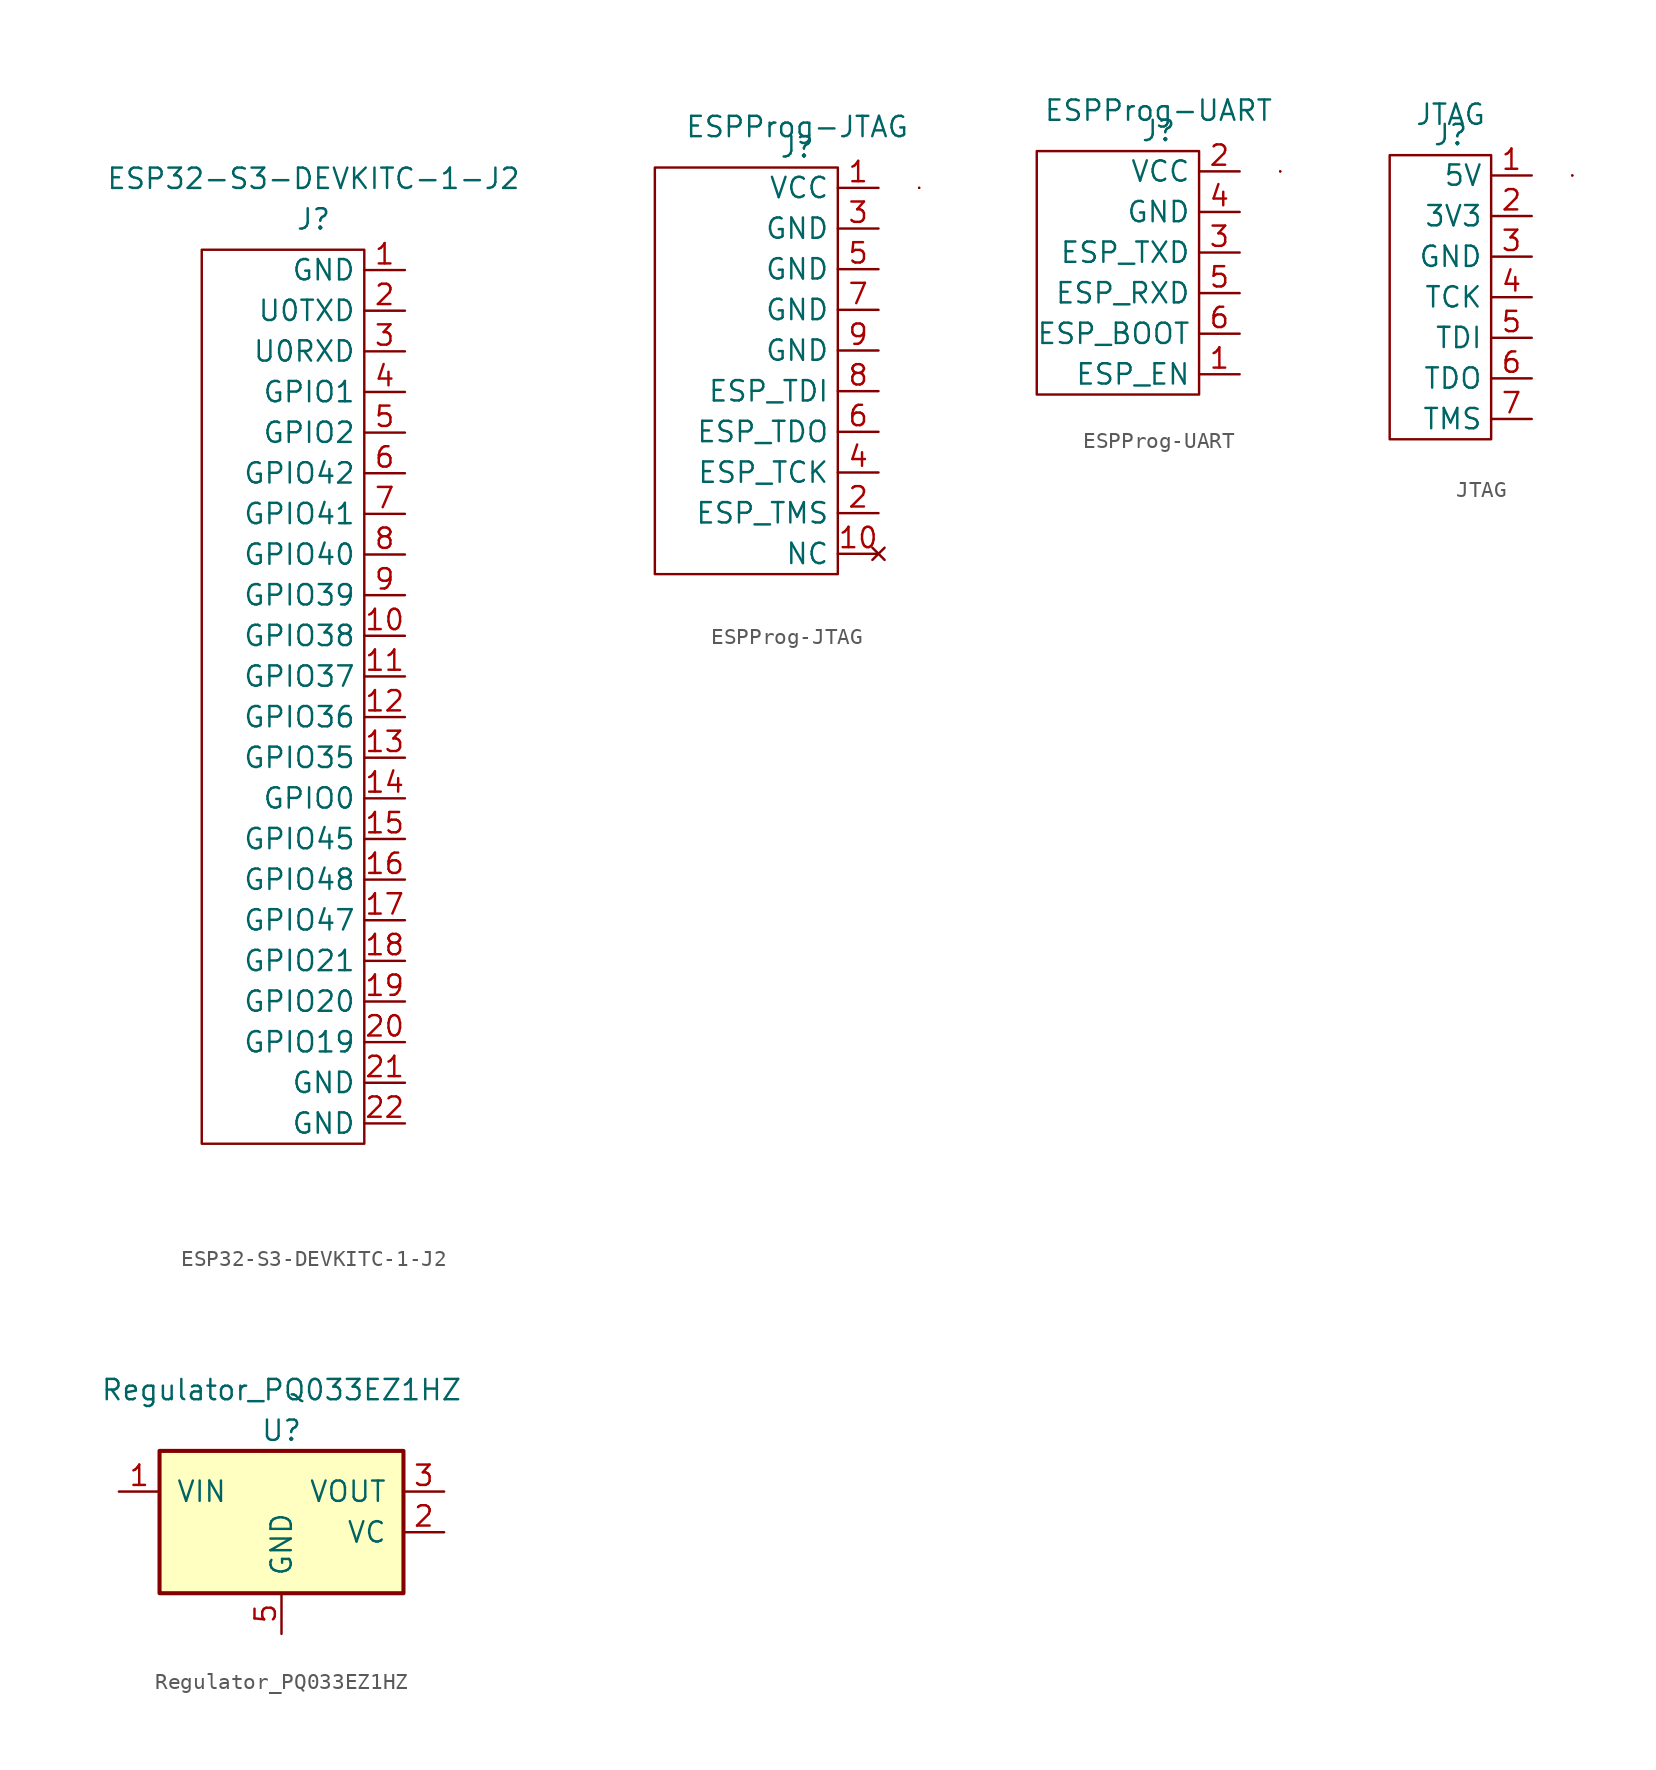
<source format=kicad_sym>
(kicad_symbol_lib
  (version 20211014)
  (generator kicad_symbol_editor)
  (symbol "ESP32-S3-DEVKITC-1-J2"
    (property "Reference" "J"
      (at 1.905 1.905 0)
      (effects (font (size 1.27 1.27))))
    (property "Value" "ESP32-S3-DEVKITC-1-J2"
      (at 1.905 4.445 0)
      (effects (font (size 1.27 1.27))))
    (symbol "ESP32-S3-DEVKITC-1-J2_0_1"
      (rectangle (start -5.08 0) (end 5.08 -55.88) (stroke (width 0.152) (type default) (color 0 0 0 0)) (fill (type none))))
    (symbol "ESP32-S3-DEVKITC-1-J2_1_1"
      (pin power_out line (at 7.62 -1.27 180) (length 2.54) (name "GND" (effects (font (size 1.27 1.27)))) (number "1" (effects (font (size 1.27 1.27)))))
      (pin bidirectional line (at 7.62 -24.13 180) (length 2.54) (name "GPIO38" (effects (font (size 1.27 1.27)))) (number "10" (effects (font (size 1.27 1.27)))))
      (pin bidirectional line (at 7.62 -26.67 180) (length 2.54) (name "GPIO37" (effects (font (size 1.27 1.27)))) (number "11" (effects (font (size 1.27 1.27)))))
      (pin bidirectional line (at 7.62 -29.21 180) (length 2.54) (name "GPIO36" (effects (font (size 1.27 1.27)))) (number "12" (effects (font (size 1.27 1.27)))))
      (pin bidirectional line (at 7.62 -31.75 180) (length 2.54) (name "GPIO35" (effects (font (size 1.27 1.27)))) (number "13" (effects (font (size 1.27 1.27)))))
      (pin bidirectional line (at 7.62 -34.29 180) (length 2.54) (name "GPIO0" (effects (font (size 1.27 1.27)))) (number "14" (effects (font (size 1.27 1.27)))))
      (pin bidirectional line (at 7.62 -36.83 180) (length 2.54) (name "GPIO45" (effects (font (size 1.27 1.27)))) (number "15" (effects (font (size 1.27 1.27)))))
      (pin bidirectional line (at 7.62 -39.37 180) (length 2.54) (name "GPIO48" (effects (font (size 1.27 1.27)))) (number "16" (effects (font (size 1.27 1.27)))))
      (pin bidirectional line (at 7.62 -41.91 180) (length 2.54) (name "GPIO47" (effects (font (size 1.27 1.27)))) (number "17" (effects (font (size 1.27 1.27)))))
      (pin bidirectional line (at 7.62 -44.45 180) (length 2.54) (name "GPIO21" (effects (font (size 1.27 1.27)))) (number "18" (effects (font (size 1.27 1.27)))))
      (pin bidirectional line (at 7.62 -46.99 180) (length 2.54) (name "GPIO20" (effects (font (size 1.27 1.27)))) (number "19" (effects (font (size 1.27 1.27)))))
      (pin output line (at 7.62 -3.81 180) (length 2.54) (name "U0TXD" (effects (font (size 1.27 1.27)))) (number "2" (effects (font (size 1.27 1.27)))))
      (pin bidirectional line (at 7.62 -49.53 180) (length 2.54) (name "GPIO19" (effects (font (size 1.27 1.27)))) (number "20" (effects (font (size 1.27 1.27)))))
      (pin power_out line (at 7.62 -52.07 180) (length 2.54) (name "GND" (effects (font (size 1.27 1.27)))) (number "21" (effects (font (size 1.27 1.27)))))
      (pin power_out line (at 7.62 -54.61 180) (length 2.54) (name "GND" (effects (font (size 1.27 1.27)))) (number "22" (effects (font (size 1.27 1.27)))))
      (pin input line (at 7.62 -6.35 180) (length 2.54) (name "U0RXD" (effects (font (size 1.27 1.27)))) (number "3" (effects (font (size 1.27 1.27)))))
      (pin bidirectional line (at 7.62 -8.89 180) (length 2.54) (name "GPIO1" (effects (font (size 1.27 1.27)))) (number "4" (effects (font (size 1.27 1.27)))))
      (pin bidirectional line (at 7.62 -11.43 180) (length 2.54) (name "GPIO2" (effects (font (size 1.27 1.27)))) (number "5" (effects (font (size 1.27 1.27)))))
      (pin bidirectional line (at 7.62 -13.97 180) (length 2.54) (name "GPIO42" (effects (font (size 1.27 1.27)))) (number "6" (effects (font (size 1.27 1.27)))))
      (pin bidirectional line (at 7.62 -16.51 180) (length 2.54) (name "GPIO41" (effects (font (size 1.27 1.27)))) (number "7" (effects (font (size 1.27 1.27)))))
      (pin bidirectional line (at 7.62 -19.05 180) (length 2.54) (name "GPIO40" (effects (font (size 1.27 1.27)))) (number "8" (effects (font (size 1.27 1.27)))))
      (pin bidirectional line (at 7.62 -21.59 180) (length 2.54) (name "GPIO39" (effects (font (size 1.27 1.27)))) (number "9" (effects (font (size 1.27 1.27)))))))
  (symbol "ESPProg-JTAG"
    (property "Reference" "J"
      (at 0 1.27 0)
      (effects (font (size 1.27 1.27))))
    (property "Value" "ESPProg-JTAG"
      (at 0 2.54 0)
      (effects (font (size 1.27 1.27))))
    (symbol "ESPProg-JTAG_0_1"
      (rectangle (start -8.89 0) (end 2.54 -25.4) (stroke (width 0.152) (type default) (color 0 0 0 0)) (fill (type none)))
      (rectangle (start 7.62 -1.27) (end 7.62 -1.27) (stroke (width 0.152) (type default) (color 0 0 0 0)) (fill (type none)))
      (rectangle (start 7.62 -1.27) (end 7.62 -1.27) (stroke (width 0.152) (type default) (color 0 0 0 0)) (fill (type none))))
    (symbol "ESPProg-JTAG_1_1"
      (pin power_out line (at 5.08 -1.27 180) (length 2.54) (name "VCC" (effects (font (size 1.27 1.27)))) (number "1" (effects (font (size 1.27 1.27)))))
      (pin no_connect line (at 5.08 -24.13 180) (length 2.54) (name "NC" (effects (font (size 1.27 1.27)))) (number "10" (effects (font (size 1.27 1.27)))))
      (pin input line (at 5.08 -21.59 180) (length 2.54) (name "ESP_TMS" (effects (font (size 1.27 1.27)))) (number "2" (effects (font (size 1.27 1.27)))))
      (pin power_out line (at 5.08 -3.81 180) (length 2.54) (name "GND" (effects (font (size 1.27 1.27)))) (number "3" (effects (font (size 1.27 1.27)))))
      (pin bidirectional line (at 5.08 -19.05 180) (length 2.54) (name "ESP_TCK" (effects (font (size 1.27 1.27)))) (number "4" (effects (font (size 1.27 1.27)))))
      (pin power_in line (at 5.08 -6.35 180) (length 2.54) (name "GND" (effects (font (size 1.27 1.27)))) (number "5" (effects (font (size 1.27 1.27)))))
      (pin input line (at 5.08 -16.51 180) (length 2.54) (name "ESP_TDO" (effects (font (size 1.27 1.27)))) (number "6" (effects (font (size 1.27 1.27)))))
      (pin power_in line (at 5.08 -8.89 180) (length 2.54) (name "GND" (effects (font (size 1.27 1.27)))) (number "7" (effects (font (size 1.27 1.27)))))
      (pin input line (at 5.08 -13.97 180) (length 2.54) (name "ESP_TDI" (effects (font (size 1.27 1.27)))) (number "8" (effects (font (size 1.27 1.27)))))
      (pin power_in line (at 5.08 -11.43 180) (length 2.54) (name "GND" (effects (font (size 1.27 1.27)))) (number "9" (effects (font (size 1.27 1.27)))))))
  (symbol "ESPProg-UART"
    (property "Reference" "J"
      (at 0 1.27 0)
      (effects (font (size 1.27 1.27))))
    (property "Value" "ESPProg-UART"
      (at 0 2.54 0)
      (effects (font (size 1.27 1.27))))
    (symbol "ESPProg-UART_0_1"
      (rectangle (start -7.62 0) (end 2.54 -15.24) (stroke (width 0.152) (type default) (color 0 0 0 0)) (fill (type none)))
      (rectangle (start 7.62 -1.27) (end 7.62 -1.27) (stroke (width 0.152) (type default) (color 0 0 0 0)) (fill (type none)))
      (rectangle (start 7.62 -1.27) (end 7.62 -1.27) (stroke (width 0.152) (type default) (color 0 0 0 0)) (fill (type none))))
    (symbol "ESPProg-UART_1_1"
      (pin output line (at 5.08 -13.97 180) (length 2.54) (name "ESP_EN" (effects (font (size 1.27 1.27)))) (number "1" (effects (font (size 1.27 1.27)))))
      (pin power_out line (at 5.08 -1.27 180) (length 2.54) (name "VCC" (effects (font (size 1.27 1.27)))) (number "2" (effects (font (size 1.27 1.27)))))
      (pin input line (at 5.08 -6.35 180) (length 2.54) (name "ESP_TXD" (effects (font (size 1.27 1.27)))) (number "3" (effects (font (size 1.27 1.27)))))
      (pin power_out line (at 5.08 -3.81 180) (length 2.54) (name "GND" (effects (font (size 1.27 1.27)))) (number "4" (effects (font (size 1.27 1.27)))))
      (pin output line (at 5.08 -8.89 180) (length 2.54) (name "ESP_RXD" (effects (font (size 1.27 1.27)))) (number "5" (effects (font (size 1.27 1.27)))))
      (pin output line (at 5.08 -11.43 180) (length 2.54) (name "ESP_BOOT" (effects (font (size 1.27 1.27)))) (number "6" (effects (font (size 1.27 1.27)))))))
  (symbol "JTAG"
    (property "Reference" "J"
      (at 0 1.27 0)
      (effects (font (size 1.27 1.27))))
    (property "Value" "JTAG"
      (at 0 2.54 0)
      (effects (font (size 1.27 1.27))))
    (symbol "JTAG_0_1"
      (rectangle (start -3.81 0) (end 2.54 -17.78) (stroke (width 0.152) (type default) (color 0 0 0 0)) (fill (type none)))
      (rectangle (start 7.62 -1.27) (end 7.62 -1.27) (stroke (width 0.152) (type default) (color 0 0 0 0)) (fill (type none)))
      (rectangle (start 7.62 -1.27) (end 7.62 -1.27) (stroke (width 0.152) (type default) (color 0 0 0 0)) (fill (type none))))
    (symbol "JTAG_1_1"
      (pin power_in line (at 5.08 -1.27 180) (length 2.54) (name "5V" (effects (font (size 1.27 1.27)))) (number "1" (effects (font (size 1.27 1.27)))))
      (pin power_out line (at 5.08 -3.81 180) (length 2.54) (name "3V3" (effects (font (size 1.27 1.27)))) (number "2" (effects (font (size 1.27 1.27)))))
      (pin power_in line (at 5.08 -6.35 180) (length 2.54) (name "GND" (effects (font (size 1.27 1.27)))) (number "3" (effects (font (size 1.27 1.27)))))
      (pin bidirectional line (at 5.08 -8.89 180) (length 2.54) (name "TCK" (effects (font (size 1.27 1.27)))) (number "4" (effects (font (size 1.27 1.27)))))
      (pin input line (at 5.08 -11.43 180) (length 2.54) (name "TDI" (effects (font (size 1.27 1.27)))) (number "5" (effects (font (size 1.27 1.27)))))
      (pin input line (at 5.08 -13.97 180) (length 2.54) (name "TDO" (effects (font (size 1.27 1.27)))) (number "6" (effects (font (size 1.27 1.27)))))
      (pin input line (at 5.08 -16.51 180) (length 2.54) (name "TMS" (effects (font (size 1.27 1.27)))) (number "7" (effects (font (size 1.27 1.27)))))))
  (symbol "Regulator_PQ033EZ1HZ"
    (pin_names
      (offset 1.016))
    (property "Reference" "U"
      (at 0 0 0)
      (effects (font (size 1.27 1.27))))
    (property "Value" "Regulator_PQ033EZ1HZ"
      (at 0 2.54 0)
      (effects (font (size 1.27 1.27))))
    (symbol "Regulator_PQ033EZ1HZ_0_1"
      (rectangle (start -7.62 -1.27) (end 7.62 -10.16) (stroke (width 0.254) (type default) (color 0 0 0 0)) (fill (type background))))
    (symbol "Regulator_PQ033EZ1HZ_1_1"
      (pin power_in line (at -10.16 -3.81 0) (length 2.54) (name "VIN" (effects (font (size 1.27 1.27)))) (number "1" (effects (font (size 1.27 1.27)))))
      (pin input line (at 10.16 -6.35 180) (length 2.54) (name "VC" (effects (font (size 1.27 1.27)))) (number "2" (effects (font (size 1.27 1.27)))))
      (pin power_out line (at 10.16 -3.81 180) (length 2.54) (name "VOUT" (effects (font (size 1.27 1.27)))) (number "3" (effects (font (size 1.27 1.27)))))
      (pin power_in line (at 0 -12.7 90) (length 2.54) (name "GND" (effects (font (size 1.27 1.27)))) (number "5" (effects (font (size 1.27 1.27))))))))
</source>
